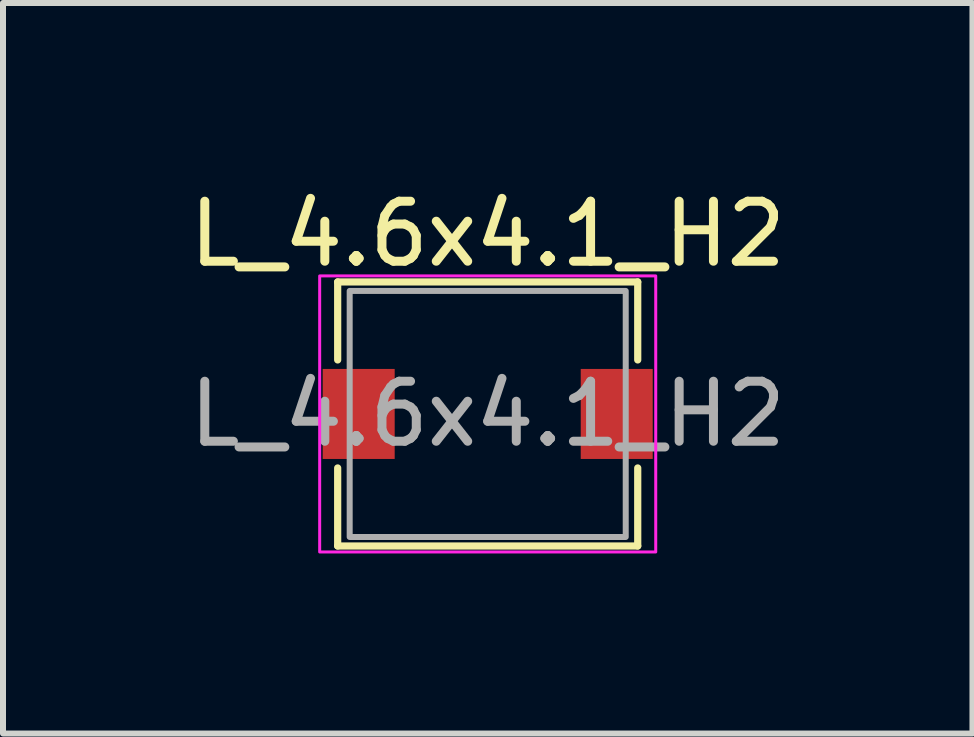
<source format=kicad_pcb>
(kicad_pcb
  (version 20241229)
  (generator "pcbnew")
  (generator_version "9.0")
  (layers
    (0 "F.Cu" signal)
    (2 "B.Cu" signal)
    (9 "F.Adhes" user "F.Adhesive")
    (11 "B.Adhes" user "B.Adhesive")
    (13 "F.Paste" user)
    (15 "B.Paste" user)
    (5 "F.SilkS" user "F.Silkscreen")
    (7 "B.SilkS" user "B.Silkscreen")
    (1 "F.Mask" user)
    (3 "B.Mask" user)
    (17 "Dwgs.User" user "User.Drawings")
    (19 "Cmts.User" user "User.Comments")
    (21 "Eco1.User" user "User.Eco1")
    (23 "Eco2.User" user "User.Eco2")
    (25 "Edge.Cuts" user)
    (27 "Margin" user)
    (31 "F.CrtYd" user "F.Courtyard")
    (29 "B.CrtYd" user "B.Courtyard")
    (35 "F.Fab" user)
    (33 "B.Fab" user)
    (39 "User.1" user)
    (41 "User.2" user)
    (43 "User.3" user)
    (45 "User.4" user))
  (footprint "L_4.6x4.1_H2"
    (layer "F.Cu")
    (at 5.077 3.848)
    (property "Reference" "L_4.6x4.1_H2" (at 0 -3 0) (unlocked yes) (layer "F.SilkS") (effects (font (size 1 1) (thickness 0.15))))
    (attr smd)
    (fp_line (start -2.5 -2.2) (end 2.5 -2.2) (stroke (width 0.12) (type default)) (layer "F.SilkS"))
    (fp_line (start -2.5 -0.9) (end -2.5 -2.2) (stroke (width 0.12) (type default)) (layer "F.SilkS"))
    (fp_line (start -2.5 2.2) (end -2.5 0.9) (stroke (width 0.12) (type default)) (layer "F.SilkS"))
    (fp_line (start 2.5 -2.2) (end 2.5 -0.9) (stroke (width 0.12) (type default)) (layer "F.SilkS"))
    (fp_line (start 2.5 0.9) (end 2.5 2.2) (stroke (width 0.12) (type default)) (layer "F.SilkS"))
    (fp_line (start 2.5 2.2) (end -2.5 2.2) (stroke (width 0.12) (type default)) (layer "F.SilkS"))
    (fp_rect (start -2.8 -2.3) (end 2.8 2.3) (stroke (width 0.05) (type default)) (fill no) (layer "F.CrtYd"))
    (fp_rect (start -2.3 -2.05) (end 2.3 2.05) (stroke (width 0.1) (type default)) (fill no) (layer "F.Fab"))
    (fp_text user "${REFERENCE}" (at 0 0 0) (unlocked yes) (layer "F.Fab") (effects (font (size 1 1) (thickness 0.15))))
    (pad "1" smd rect (at -2.15 0) (size 1.2 1.5) (layers "F.Cu" "F.Mask" "F.Paste"))
    (pad "2" smd rect (at 2.15 0) (size 1.2 1.5) (layers "F.Cu" "F.Mask" "F.Paste")))
  (gr_rect
    (start -3 -3)
    (end 13.155 9.173)
    (stroke (width 0.1) (type default))
    (fill no)
    (layer "Edge.Cuts")))
</source>
